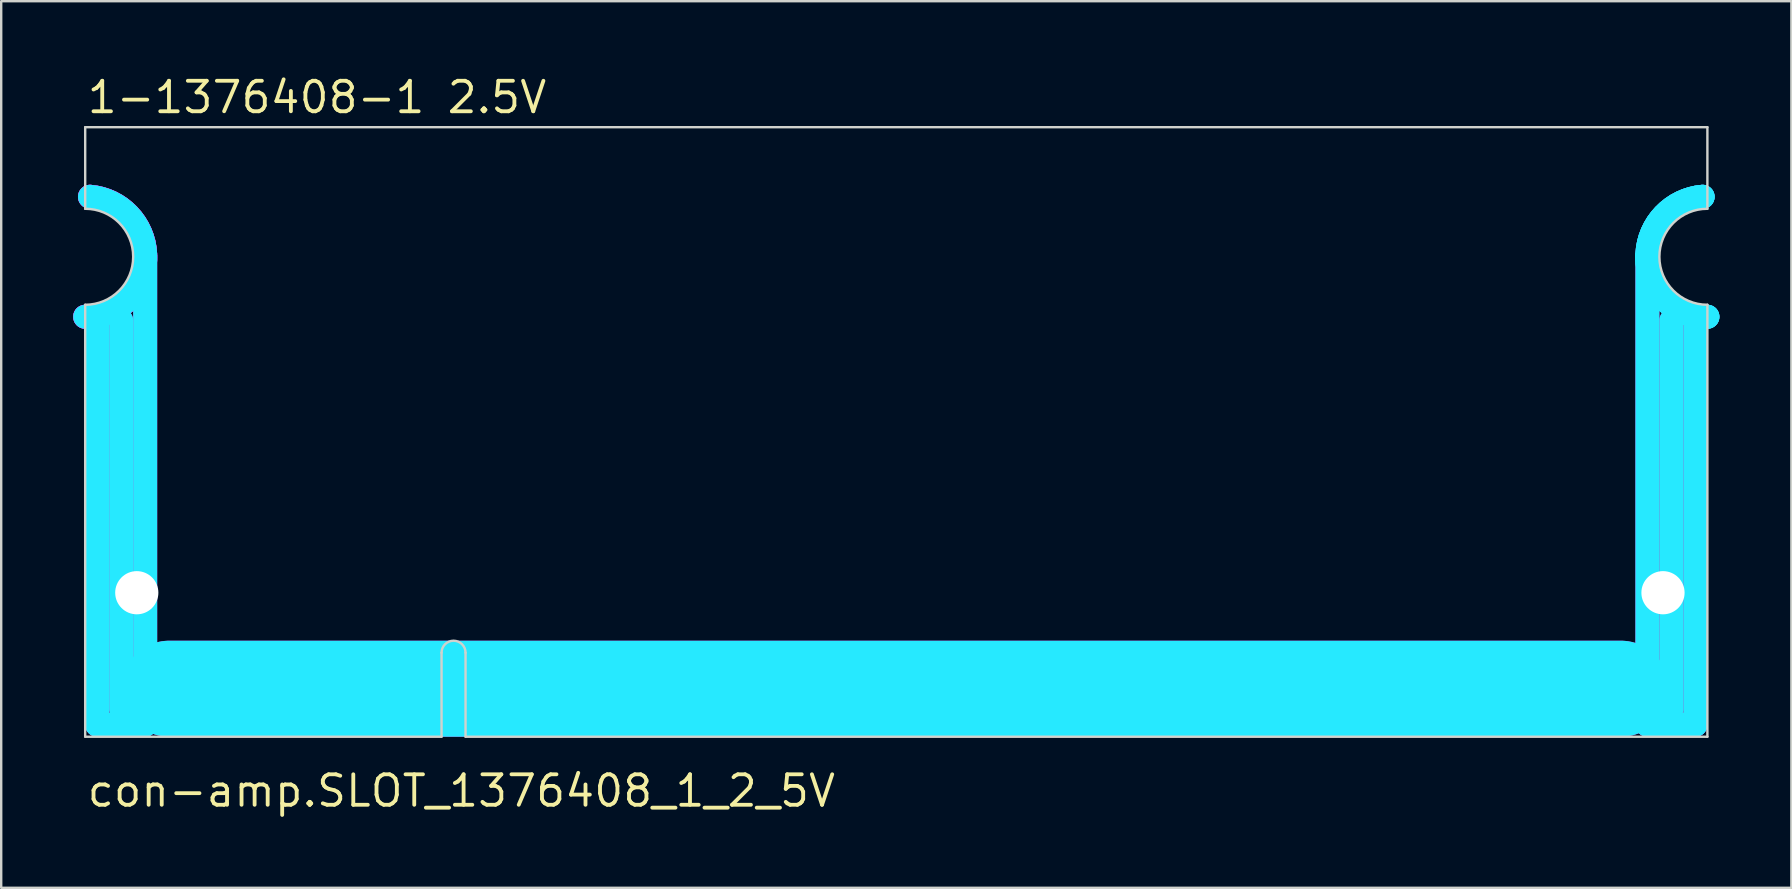
<source format=kicad_pcb>
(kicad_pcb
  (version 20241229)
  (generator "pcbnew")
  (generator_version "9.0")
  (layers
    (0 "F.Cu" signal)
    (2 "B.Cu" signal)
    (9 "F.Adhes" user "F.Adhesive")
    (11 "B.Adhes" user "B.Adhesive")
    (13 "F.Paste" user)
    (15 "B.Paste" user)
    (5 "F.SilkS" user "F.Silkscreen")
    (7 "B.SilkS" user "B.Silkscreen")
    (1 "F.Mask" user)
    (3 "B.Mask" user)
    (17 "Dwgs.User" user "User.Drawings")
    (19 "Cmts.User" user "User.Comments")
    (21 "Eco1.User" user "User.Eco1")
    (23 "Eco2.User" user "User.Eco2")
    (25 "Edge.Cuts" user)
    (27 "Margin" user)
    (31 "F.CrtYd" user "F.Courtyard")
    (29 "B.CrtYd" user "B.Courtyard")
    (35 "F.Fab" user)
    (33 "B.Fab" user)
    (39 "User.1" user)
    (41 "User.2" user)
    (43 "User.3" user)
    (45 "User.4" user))
  (footprint "con-amp.SLOT_1376408_1_2_5V"
    (layer "F.Cu")
    (at 0.5 27.65)
    (property "Reference" "con-amp.SLOT_1376408_1_2_5V" (at 0 3 0) (layer "F.SilkS") (effects (font (size 1.27 1.27) (thickness 0.16)) (justify left bottom)))
    (attr smd)
    (fp_line (start 1.5 1.25) (end 66.75 1.25) (stroke (width 0.4) (type default)) (layer "F.Mask"))
    (fp_line (start 2.15 -2.35) (end 2.15 1.15) (stroke (width 0.45) (type default)) (layer "F.Mask"))
    (fp_line (start 2.75 -2.35) (end 2.75 1.15) (stroke (width 0.45) (type default)) (layer "F.Mask"))
    (fp_line (start 3.35 -2.35) (end 3.35 1.15) (stroke (width 0.45) (type default)) (layer "F.Mask"))
    (fp_line (start 3.95 -2.35) (end 3.95 1.15) (stroke (width 0.45) (type default)) (layer "F.Mask"))
    (fp_line (start 4.55 -2.35) (end 4.55 1.15) (stroke (width 0.45) (type default)) (layer "F.Mask"))
    (fp_line (start 5.15 -2.35) (end 5.15 1.15) (stroke (width 0.45) (type default)) (layer "F.Mask"))
    (fp_line (start 5.75 -2.35) (end 5.75 1.15) (stroke (width 0.45) (type default)) (layer "F.Mask"))
    (fp_line (start 6.35 -2.35) (end 6.35 1.15) (stroke (width 0.45) (type default)) (layer "F.Mask"))
    (fp_line (start 6.95 -2.35) (end 6.95 1.15) (stroke (width 0.45) (type default)) (layer "F.Mask"))
    (fp_line (start 7.55 -2.35) (end 7.55 1.15) (stroke (width 0.45) (type default)) (layer "F.Mask"))
    (fp_line (start 8.15 -2.35) (end 8.15 1.15) (stroke (width 0.45) (type default)) (layer "F.Mask"))
    (fp_line (start 8.75 -2.35) (end 8.75 1.15) (stroke (width 0.45) (type default)) (layer "F.Mask"))
    (fp_line (start 9.35 -2.35) (end 9.35 1.15) (stroke (width 0.45) (type default)) (layer "F.Mask"))
    (fp_line (start 9.95 -2.35) (end 9.95 1.15) (stroke (width 0.45) (type default)) (layer "F.Mask"))
    (fp_line (start 10.55 -2.35) (end 10.55 1.15) (stroke (width 0.45) (type default)) (layer "F.Mask"))
    (fp_line (start 11.15 -2.35) (end 11.15 1.15) (stroke (width 0.45) (type default)) (layer "F.Mask"))
    (fp_line (start 11.75 -2.35) (end 11.75 1.15) (stroke (width 0.45) (type default)) (layer "F.Mask"))
    (fp_line (start 12.35 -2.35) (end 12.35 1.15) (stroke (width 0.45) (type default)) (layer "F.Mask"))
    (fp_line (start 12.95 -2.35) (end 12.95 1.15) (stroke (width 0.45) (type default)) (layer "F.Mask"))
    (fp_line (start 13.55 -2.35) (end 13.55 1.15) (stroke (width 0.45) (type default)) (layer "F.Mask"))
    (fp_line (start 17.75 -2.35) (end 17.75 1.15) (stroke (width 0.45) (type default)) (layer "F.Mask"))
    (fp_line (start 18.35 -2.35) (end 18.35 1.15) (stroke (width 0.45) (type default)) (layer "F.Mask"))
    (fp_line (start 18.95 -2.35) (end 18.95 1.15) (stroke (width 0.45) (type default)) (layer "F.Mask"))
    (fp_line (start 19.55 -2.35) (end 19.55 1.15) (stroke (width 0.45) (type default)) (layer "F.Mask"))
    (fp_line (start 20.15 -2.35) (end 20.15 1.15) (stroke (width 0.45) (type default)) (layer "F.Mask"))
    (fp_line (start 20.75 -2.35) (end 20.75 1.15) (stroke (width 0.45) (type default)) (layer "F.Mask"))
    (fp_line (start 21.35 -2.35) (end 21.35 1.15) (stroke (width 0.45) (type default)) (layer "F.Mask"))
    (fp_line (start 21.95 -2.35) (end 21.95 1.15) (stroke (width 0.45) (type default)) (layer "F.Mask"))
    (fp_line (start 22.55 -2.35) (end 22.55 1.15) (stroke (width 0.45) (type default)) (layer "F.Mask"))
    (fp_line (start 23.15 -2.35) (end 23.15 1.15) (stroke (width 0.45) (type default)) (layer "F.Mask"))
    (fp_line (start 23.75 -2.35) (end 23.75 1.15) (stroke (width 0.45) (type default)) (layer "F.Mask"))
    (fp_line (start 24.35 -2.35) (end 24.35 1.15) (stroke (width 0.45) (type default)) (layer "F.Mask"))
    (fp_line (start 24.95 -2.35) (end 24.95 1.15) (stroke (width 0.45) (type default)) (layer "F.Mask"))
    (fp_line (start 25.55 -2.35) (end 25.55 1.15) (stroke (width 0.45) (type default)) (layer "F.Mask"))
    (fp_line (start 26.15 -2.35) (end 26.15 1.15) (stroke (width 0.45) (type default)) (layer "F.Mask"))
    (fp_line (start 26.75 -2.35) (end 26.75 1.15) (stroke (width 0.45) (type default)) (layer "F.Mask"))
    (fp_line (start 27.35 -2.35) (end 27.35 1.15) (stroke (width 0.45) (type default)) (layer "F.Mask"))
    (fp_line (start 27.95 -2.35) (end 27.95 1.15) (stroke (width 0.45) (type default)) (layer "F.Mask"))
    (fp_line (start 28.55 -2.35) (end 28.55 1.15) (stroke (width 0.45) (type default)) (layer "F.Mask"))
    (fp_line (start 29.15 -2.35) (end 29.15 1.15) (stroke (width 0.45) (type default)) (layer "F.Mask"))
    (fp_line (start 29.75 -2.35) (end 29.75 1.15) (stroke (width 0.45) (type default)) (layer "F.Mask"))
    (fp_line (start 30.35 -2.35) (end 30.35 1.15) (stroke (width 0.45) (type default)) (layer "F.Mask"))
    (fp_line (start 30.95 -2.35) (end 30.95 1.15) (stroke (width 0.45) (type default)) (layer "F.Mask"))
    (fp_line (start 31.55 -2.35) (end 31.55 1.15) (stroke (width 0.45) (type default)) (layer "F.Mask"))
    (fp_line (start 32.15 -2.35) (end 32.15 1.15) (stroke (width 0.45) (type default)) (layer "F.Mask"))
    (fp_line (start 32.75 -2.35) (end 32.75 1.15) (stroke (width 0.45) (type default)) (layer "F.Mask"))
    (fp_line (start 33.35 -2.35) (end 33.35 1.15) (stroke (width 0.45) (type default)) (layer "F.Mask"))
    (fp_line (start 33.95 -2.35) (end 33.95 1.15) (stroke (width 0.45) (type default)) (layer "F.Mask"))
    (fp_line (start 34.55 -2.35) (end 34.55 1.15) (stroke (width 0.45) (type default)) (layer "F.Mask"))
    (fp_line (start 35.15 -2.35) (end 35.15 1.15) (stroke (width 0.45) (type default)) (layer "F.Mask"))
    (fp_line (start 35.75 -2.35) (end 35.75 1.15) (stroke (width 0.45) (type default)) (layer "F.Mask"))
    (fp_line (start 36.35 -2.35) (end 36.35 1.15) (stroke (width 0.45) (type default)) (layer "F.Mask"))
    (fp_line (start 36.95 -2.35) (end 36.95 1.15) (stroke (width 0.45) (type default)) (layer "F.Mask"))
    (fp_line (start 37.55 -2.35) (end 37.55 1.15) (stroke (width 0.45) (type default)) (layer "F.Mask"))
    (fp_line (start 38.15 -2.35) (end 38.15 1.15) (stroke (width 0.45) (type default)) (layer "F.Mask"))
    (fp_line (start 38.75 -2.35) (end 38.75 1.15) (stroke (width 0.45) (type default)) (layer "F.Mask"))
    (fp_line (start 39.35 -2.35) (end 39.35 1.15) (stroke (width 0.45) (type default)) (layer "F.Mask"))
    (fp_line (start 39.95 -2.35) (end 39.95 1.15) (stroke (width 0.45) (type default)) (layer "F.Mask"))
    (fp_line (start 40.55 -2.35) (end 40.55 1.15) (stroke (width 0.45) (type default)) (layer "F.Mask"))
    (fp_line (start 41.15 -2.35) (end 41.15 1.15) (stroke (width 0.45) (type default)) (layer "F.Mask"))
    (fp_line (start 41.75 -2.35) (end 41.75 1.15) (stroke (width 0.45) (type default)) (layer "F.Mask"))
    (fp_line (start 42.35 -2.35) (end 42.35 1.15) (stroke (width 0.45) (type default)) (layer "F.Mask"))
    (fp_line (start 42.95 -2.35) (end 42.95 1.15) (stroke (width 0.45) (type default)) (layer "F.Mask"))
    (fp_line (start 43.55 -2.35) (end 43.55 1.15) (stroke (width 0.45) (type default)) (layer "F.Mask"))
    (fp_line (start 44.15 -2.35) (end 44.15 1.15) (stroke (width 0.45) (type default)) (layer "F.Mask"))
    (fp_line (start 44.75 -2.35) (end 44.75 1.15) (stroke (width 0.45) (type default)) (layer "F.Mask"))
    (fp_line (start 45.35 -2.35) (end 45.35 1.15) (stroke (width 0.45) (type default)) (layer "F.Mask"))
    (fp_line (start 45.95 -2.35) (end 45.95 1.15) (stroke (width 0.45) (type default)) (layer "F.Mask"))
    (fp_line (start 46.55 -2.35) (end 46.55 1.15) (stroke (width 0.45) (type default)) (layer "F.Mask"))
    (fp_line (start 47.15 -2.35) (end 47.15 1.15) (stroke (width 0.45) (type default)) (layer "F.Mask"))
    (fp_line (start 47.75 -2.35) (end 47.75 1.15) (stroke (width 0.45) (type default)) (layer "F.Mask"))
    (fp_line (start 48.35 -2.35) (end 48.35 1.15) (stroke (width 0.45) (type default)) (layer "F.Mask"))
    (fp_line (start 48.95 -2.35) (end 48.95 1.15) (stroke (width 0.45) (type default)) (layer "F.Mask"))
    (fp_line (start 49.55 -2.35) (end 49.55 1.15) (stroke (width 0.45) (type default)) (layer "F.Mask"))
    (fp_line (start 50.15 -2.35) (end 50.15 1.15) (stroke (width 0.45) (type default)) (layer "F.Mask"))
    (fp_line (start 50.75 -2.35) (end 50.75 1.15) (stroke (width 0.45) (type default)) (layer "F.Mask"))
    (fp_line (start 51.35 -2.35) (end 51.35 1.15) (stroke (width 0.45) (type default)) (layer "F.Mask"))
    (fp_line (start 51.95 -2.35) (end 51.95 1.15) (stroke (width 0.45) (type default)) (layer "F.Mask"))
    (fp_line (start 52.55 -2.35) (end 52.55 1.15) (stroke (width 0.45) (type default)) (layer "F.Mask"))
    (fp_line (start 53.15 -2.35) (end 53.15 1.15) (stroke (width 0.45) (type default)) (layer "F.Mask"))
    (fp_line (start 53.75 -2.35) (end 53.75 1.15) (stroke (width 0.45) (type default)) (layer "F.Mask"))
    (fp_line (start 54.35 -2.35) (end 54.35 1.15) (stroke (width 0.45) (type default)) (layer "F.Mask"))
    (fp_line (start 54.95 -2.35) (end 54.95 1.15) (stroke (width 0.45) (type default)) (layer "F.Mask"))
    (fp_line (start 55.55 -2.35) (end 55.55 1.15) (stroke (width 0.45) (type default)) (layer "F.Mask"))
    (fp_line (start 56.15 -2.35) (end 56.15 1.15) (stroke (width 0.45) (type default)) (layer "F.Mask"))
    (fp_line (start 56.75 -2.35) (end 56.75 1.15) (stroke (width 0.45) (type default)) (layer "F.Mask"))
    (fp_line (start 57.35 -2.35) (end 57.35 1.15) (stroke (width 0.45) (type default)) (layer "F.Mask"))
    (fp_line (start 57.95 -2.35) (end 57.95 1.15) (stroke (width 0.45) (type default)) (layer "F.Mask"))
    (fp_line (start 58.55 -2.35) (end 58.55 1.15) (stroke (width 0.45) (type default)) (layer "F.Mask"))
    (fp_line (start 59.15 -2.35) (end 59.15 1.15) (stroke (width 0.45) (type default)) (layer "F.Mask"))
    (fp_line (start 59.75 -2.35) (end 59.75 1.15) (stroke (width 0.45) (type default)) (layer "F.Mask"))
    (fp_line (start 60.35 -2.35) (end 60.35 1.15) (stroke (width 0.45) (type default)) (layer "F.Mask"))
    (fp_line (start 60.95 -2.35) (end 60.95 1.15) (stroke (width 0.45) (type default)) (layer "F.Mask"))
    (fp_line (start 61.55 -2.35) (end 61.55 1.15) (stroke (width 0.45) (type default)) (layer "F.Mask"))
    (fp_line (start 62.15 -2.35) (end 62.15 1.15) (stroke (width 0.45) (type default)) (layer "F.Mask"))
    (fp_line (start 62.75 -2.35) (end 62.75 1.15) (stroke (width 0.45) (type default)) (layer "F.Mask"))
    (fp_line (start 63.35 -2.35) (end 63.35 1.15) (stroke (width 0.45) (type default)) (layer "F.Mask"))
    (fp_line (start 63.95 -2.35) (end 63.95 1.15) (stroke (width 0.45) (type default)) (layer "F.Mask"))
    (fp_line (start 64.55 -2.35) (end 64.55 1.15) (stroke (width 0.45) (type default)) (layer "F.Mask"))
    (fp_line (start 65.15 -2.35) (end 65.15 1.15) (stroke (width 0.45) (type default)) (layer "F.Mask"))
    (fp_line (start 2.15 1.15) (end 2.15 -2.35) (stroke (width 0.45) (type default)) (layer "B.Mask"))
    (fp_line (start 2.75 1.15) (end 2.75 -2.35) (stroke (width 0.45) (type default)) (layer "B.Mask"))
    (fp_line (start 3.35 1.15) (end 3.35 -2.35) (stroke (width 0.45) (type default)) (layer "B.Mask"))
    (fp_line (start 3.95 1.15) (end 3.95 -2.35) (stroke (width 0.45) (type default)) (layer "B.Mask"))
    (fp_line (start 4.55 1.15) (end 4.55 -2.35) (stroke (width 0.45) (type default)) (layer "B.Mask"))
    (fp_line (start 5.15 1.15) (end 5.15 -2.35) (stroke (width 0.45) (type default)) (layer "B.Mask"))
    (fp_line (start 5.75 1.15) (end 5.75 -2.35) (stroke (width 0.45) (type default)) (layer "B.Mask"))
    (fp_line (start 6.35 1.15) (end 6.35 -2.35) (stroke (width 0.45) (type default)) (layer "B.Mask"))
    (fp_line (start 6.95 1.15) (end 6.95 -2.35) (stroke (width 0.45) (type default)) (layer "B.Mask"))
    (fp_line (start 7.55 1.15) (end 7.55 -2.35) (stroke (width 0.45) (type default)) (layer "B.Mask"))
    (fp_line (start 8.15 1.15) (end 8.15 -2.35) (stroke (width 0.45) (type default)) (layer "B.Mask"))
    (fp_line (start 8.75 1.15) (end 8.75 -2.35) (stroke (width 0.45) (type default)) (layer "B.Mask"))
    (fp_line (start 9.35 1.15) (end 9.35 -2.35) (stroke (width 0.45) (type default)) (layer "B.Mask"))
    (fp_line (start 9.95 1.15) (end 9.95 -2.35) (stroke (width 0.45) (type default)) (layer "B.Mask"))
    (fp_line (start 10.55 1.15) (end 10.55 -2.35) (stroke (width 0.45) (type default)) (layer "B.Mask"))
    (fp_line (start 11.15 1.15) (end 11.15 -2.35) (stroke (width 0.45) (type default)) (layer "B.Mask"))
    (fp_line (start 11.75 1.15) (end 11.75 -2.35) (stroke (width 0.45) (type default)) (layer "B.Mask"))
    (fp_line (start 12.35 1.15) (end 12.35 -2.35) (stroke (width 0.45) (type default)) (layer "B.Mask"))
    (fp_line (start 12.95 1.15) (end 12.95 -2.35) (stroke (width 0.45) (type default)) (layer "B.Mask"))
    (fp_line (start 13.55 1.15) (end 13.55 -2.35) (stroke (width 0.45) (type default)) (layer "B.Mask"))
    (fp_line (start 17.75 1.15) (end 17.75 -2.35) (stroke (width 0.45) (type default)) (layer "B.Mask"))
    (fp_line (start 18.35 1.15) (end 18.35 -2.35) (stroke (width 0.45) (type default)) (layer "B.Mask"))
    (fp_line (start 18.95 1.15) (end 18.95 -2.35) (stroke (width 0.45) (type default)) (layer "B.Mask"))
    (fp_line (start 19.55 1.15) (end 19.55 -2.35) (stroke (width 0.45) (type default)) (layer "B.Mask"))
    (fp_line (start 20.15 1.15) (end 20.15 -2.35) (stroke (width 0.45) (type default)) (layer "B.Mask"))
    (fp_line (start 20.75 1.15) (end 20.75 -2.35) (stroke (width 0.45) (type default)) (layer "B.Mask"))
    (fp_line (start 21.35 1.15) (end 21.35 -2.35) (stroke (width 0.45) (type default)) (layer "B.Mask"))
    (fp_line (start 21.95 1.15) (end 21.95 -2.35) (stroke (width 0.45) (type default)) (layer "B.Mask"))
    (fp_line (start 22.55 1.15) (end 22.55 -2.35) (stroke (width 0.45) (type default)) (layer "B.Mask"))
    (fp_line (start 23.15 1.15) (end 23.15 -2.35) (stroke (width 0.45) (type default)) (layer "B.Mask"))
    (fp_line (start 23.75 1.15) (end 23.75 -2.35) (stroke (width 0.45) (type default)) (layer "B.Mask"))
    (fp_line (start 24.35 1.15) (end 24.35 -2.35) (stroke (width 0.45) (type default)) (layer "B.Mask"))
    (fp_line (start 24.95 1.15) (end 24.95 -2.35) (stroke (width 0.45) (type default)) (layer "B.Mask"))
    (fp_line (start 25.55 1.15) (end 25.55 -2.35) (stroke (width 0.45) (type default)) (layer "B.Mask"))
    (fp_line (start 26.15 1.15) (end 26.15 -2.35) (stroke (width 0.45) (type default)) (layer "B.Mask"))
    (fp_line (start 26.75 1.15) (end 26.75 -2.35) (stroke (width 0.45) (type default)) (layer "B.Mask"))
    (fp_line (start 27.35 1.15) (end 27.35 -2.35) (stroke (width 0.45) (type default)) (layer "B.Mask"))
    (fp_line (start 27.95 1.15) (end 27.95 -2.35) (stroke (width 0.45) (type default)) (layer "B.Mask"))
    (fp_line (start 28.55 1.15) (end 28.55 -2.35) (stroke (width 0.45) (type default)) (layer "B.Mask"))
    (fp_line (start 29.15 1.15) (end 29.15 -2.35) (stroke (width 0.45) (type default)) (layer "B.Mask"))
    (fp_line (start 29.75 1.15) (end 29.75 -2.35) (stroke (width 0.45) (type default)) (layer "B.Mask"))
    (fp_line (start 30.35 1.15) (end 30.35 -2.35) (stroke (width 0.45) (type default)) (layer "B.Mask"))
    (fp_line (start 30.95 1.15) (end 30.95 -2.35) (stroke (width 0.45) (type default)) (layer "B.Mask"))
    (fp_line (start 31.55 1.15) (end 31.55 -2.35) (stroke (width 0.45) (type default)) (layer "B.Mask"))
    (fp_line (start 32.15 1.15) (end 32.15 -2.35) (stroke (width 0.45) (type default)) (layer "B.Mask"))
    (fp_line (start 32.75 1.15) (end 32.75 -2.35) (stroke (width 0.45) (type default)) (layer "B.Mask"))
    (fp_line (start 33.35 1.15) (end 33.35 -2.35) (stroke (width 0.45) (type default)) (layer "B.Mask"))
    (fp_line (start 33.95 1.15) (end 33.95 -2.35) (stroke (width 0.45) (type default)) (layer "B.Mask"))
    (fp_line (start 34.55 1.15) (end 34.55 -2.35) (stroke (width 0.45) (type default)) (layer "B.Mask"))
    (fp_line (start 35.15 1.15) (end 35.15 -2.35) (stroke (width 0.45) (type default)) (layer "B.Mask"))
    (fp_line (start 35.75 1.15) (end 35.75 -2.35) (stroke (width 0.45) (type default)) (layer "B.Mask"))
    (fp_line (start 36.35 1.15) (end 36.35 -2.35) (stroke (width 0.45) (type default)) (layer "B.Mask"))
    (fp_line (start 36.95 1.15) (end 36.95 -2.35) (stroke (width 0.45) (type default)) (layer "B.Mask"))
    (fp_line (start 37.55 1.15) (end 37.55 -2.35) (stroke (width 0.45) (type default)) (layer "B.Mask"))
    (fp_line (start 38.15 1.15) (end 38.15 -2.35) (stroke (width 0.45) (type default)) (layer "B.Mask"))
    (fp_line (start 38.75 1.15) (end 38.75 -2.35) (stroke (width 0.45) (type default)) (layer "B.Mask"))
    (fp_line (start 39.35 1.15) (end 39.35 -2.35) (stroke (width 0.45) (type default)) (layer "B.Mask"))
    (fp_line (start 39.95 1.15) (end 39.95 -2.35) (stroke (width 0.45) (type default)) (layer "B.Mask"))
    (fp_line (start 40.55 1.15) (end 40.55 -2.35) (stroke (width 0.45) (type default)) (layer "B.Mask"))
    (fp_line (start 41.15 1.15) (end 41.15 -2.35) (stroke (width 0.45) (type default)) (layer "B.Mask"))
    (fp_line (start 41.75 1.15) (end 41.75 -2.35) (stroke (width 0.45) (type default)) (layer "B.Mask"))
    (fp_line (start 42.35 1.15) (end 42.35 -2.35) (stroke (width 0.45) (type default)) (layer "B.Mask"))
    (fp_line (start 42.95 1.15) (end 42.95 -2.35) (stroke (width 0.45) (type default)) (layer "B.Mask"))
    (fp_line (start 43.55 1.15) (end 43.55 -2.35) (stroke (width 0.45) (type default)) (layer "B.Mask"))
    (fp_line (start 44.15 1.15) (end 44.15 -2.35) (stroke (width 0.45) (type default)) (layer "B.Mask"))
    (fp_line (start 44.75 1.15) (end 44.75 -2.35) (stroke (width 0.45) (type default)) (layer "B.Mask"))
    (fp_line (start 45.35 1.15) (end 45.35 -2.35) (stroke (width 0.45) (type default)) (layer "B.Mask"))
    (fp_line (start 45.95 1.15) (end 45.95 -2.35) (stroke (width 0.45) (type default)) (layer "B.Mask"))
    (fp_line (start 46.55 1.15) (end 46.55 -2.35) (stroke (width 0.45) (type default)) (layer "B.Mask"))
    (fp_line (start 47.15 1.15) (end 47.15 -2.35) (stroke (width 0.45) (type default)) (layer "B.Mask"))
    (fp_line (start 47.75 1.15) (end 47.75 -2.35) (stroke (width 0.45) (type default)) (layer "B.Mask"))
    (fp_line (start 48.35 1.15) (end 48.35 -2.35) (stroke (width 0.45) (type default)) (layer "B.Mask"))
    (fp_line (start 48.95 1.15) (end 48.95 -2.35) (stroke (width 0.45) (type default)) (layer "B.Mask"))
    (fp_line (start 49.55 1.15) (end 49.55 -2.35) (stroke (width 0.45) (type default)) (layer "B.Mask"))
    (fp_line (start 50.15 1.15) (end 50.15 -2.35) (stroke (width 0.45) (type default)) (layer "B.Mask"))
    (fp_line (start 50.75 1.15) (end 50.75 -2.35) (stroke (width 0.45) (type default)) (layer "B.Mask"))
    (fp_line (start 51.35 1.15) (end 51.35 -2.35) (stroke (width 0.45) (type default)) (layer "B.Mask"))
    (fp_line (start 51.95 1.15) (end 51.95 -2.35) (stroke (width 0.45) (type default)) (layer "B.Mask"))
    (fp_line (start 52.55 1.15) (end 52.55 -2.35) (stroke (width 0.45) (type default)) (layer "B.Mask"))
    (fp_line (start 53.15 1.15) (end 53.15 -2.35) (stroke (width 0.45) (type default)) (layer "B.Mask"))
    (fp_line (start 53.75 1.15) (end 53.75 -2.35) (stroke (width 0.45) (type default)) (layer "B.Mask"))
    (fp_line (start 54.35 1.15) (end 54.35 -2.35) (stroke (width 0.45) (type default)) (layer "B.Mask"))
    (fp_line (start 54.95 1.15) (end 54.95 -2.35) (stroke (width 0.45) (type default)) (layer "B.Mask"))
    (fp_line (start 55.55 1.15) (end 55.55 -2.35) (stroke (width 0.45) (type default)) (layer "B.Mask"))
    (fp_line (start 56.15 1.15) (end 56.15 -2.35) (stroke (width 0.45) (type default)) (layer "B.Mask"))
    (fp_line (start 56.75 1.15) (end 56.75 -2.35) (stroke (width 0.45) (type default)) (layer "B.Mask"))
    (fp_line (start 57.35 1.15) (end 57.35 -2.35) (stroke (width 0.45) (type default)) (layer "B.Mask"))
    (fp_line (start 57.95 1.15) (end 57.95 -2.35) (stroke (width 0.45) (type default)) (layer "B.Mask"))
    (fp_line (start 58.55 1.15) (end 58.55 -2.35) (stroke (width 0.45) (type default)) (layer "B.Mask"))
    (fp_line (start 59.15 1.15) (end 59.15 -2.35) (stroke (width 0.45) (type default)) (layer "B.Mask"))
    (fp_line (start 59.75 1.15) (end 59.75 -2.35) (stroke (width 0.45) (type default)) (layer "B.Mask"))
    (fp_line (start 60.35 1.15) (end 60.35 -2.35) (stroke (width 0.45) (type default)) (layer "B.Mask"))
    (fp_line (start 60.95 1.15) (end 60.95 -2.35) (stroke (width 0.45) (type default)) (layer "B.Mask"))
    (fp_line (start 61.55 1.15) (end 61.55 -2.35) (stroke (width 0.45) (type default)) (layer "B.Mask"))
    (fp_line (start 62.15 1.15) (end 62.15 -2.35) (stroke (width 0.45) (type default)) (layer "B.Mask"))
    (fp_line (start 62.75 1.15) (end 62.75 -2.35) (stroke (width 0.45) (type default)) (layer "B.Mask"))
    (fp_line (start 63.35 1.15) (end 63.35 -2.35) (stroke (width 0.45) (type default)) (layer "B.Mask"))
    (fp_line (start 63.95 1.15) (end 63.95 -2.35) (stroke (width 0.45) (type default)) (layer "B.Mask"))
    (fp_line (start 64.55 1.15) (end 64.55 -2.35) (stroke (width 0.45) (type default)) (layer "B.Mask"))
    (fp_line (start 65.15 1.15) (end 65.15 -2.35) (stroke (width 0.45) (type default)) (layer "B.Mask"))
    (fp_line (start 66.75 1.25) (end 1.5 1.25) (stroke (width 0.4) (type default)) (layer "B.Mask"))
    (fp_line (start 0 -25.4) (end 0 -22) (stroke (width 0.1) (type default)) (layer "Edge.Cuts"))
    (fp_line (start 0 -25.4) (end 67.6 -25.4) (stroke (width 0.1) (type default)) (layer "Edge.Cuts"))
    (fp_line (start 0 -18) (end 0 0) (stroke (width 0.1) (type default)) (layer "Edge.Cuts"))
    (fp_line (start 14.85 0) (end 0 0) (stroke (width 0.1) (type default)) (layer "Edge.Cuts"))
    (fp_line (start 14.85 0) (end 14.85 -3.5) (stroke (width 0.1) (type default)) (layer "Edge.Cuts"))
    (fp_line (start 15.85 0) (end 15.85 -3.5) (stroke (width 0.1) (type default)) (layer "Edge.Cuts"))
    (fp_line (start 15.85 0) (end 67.6 0) (stroke (width 0.1) (type default)) (layer "Edge.Cuts"))
    (fp_line (start 67.6 -22) (end 67.6 -25.4) (stroke (width 0.1) (type default)) (layer "Edge.Cuts"))
    (fp_line (start 67.6 0) (end 67.6 -18) (stroke (width 0.1) (type default)) (layer "Edge.Cuts"))
    (fp_arc (start 0 -22) (mid 2 -20) (end 0 -18) (stroke (width 0.1) (type default)) (layer "Edge.Cuts"))
    (fp_arc (start 14.85 -3.5) (mid 15.35 -4) (end 15.85 -3.5) (stroke (width 0.1) (type default)) (layer "Edge.Cuts"))
    (fp_arc (start 67.6 -18) (mid 65.6 -20) (end 67.6 -22) (stroke (width 0.1) (type default)) (layer "Edge.Cuts"))
    (fp_line (start 0.5 -0.5) (end 0.5 -17.55) (stroke (width 1) (type default)) (layer "B.CrtYd"))
    (fp_line (start 1.5 -17.35) (end 1.5 -1.15) (stroke (width 1) (type default)) (layer "B.CrtYd"))
    (fp_line (start 2.5 -20) (end 2.5 -0.5) (stroke (width 1) (type default)) (layer "B.CrtYd"))
    (fp_line (start 2.5 -0.5) (end 0.5 -0.5) (stroke (width 1) (type default)) (layer "B.CrtYd"))
    (fp_line (start 64 -2) (end 3.5 -2) (stroke (width 4) (type default)) (layer "B.CrtYd"))
    (fp_line (start 65.1 -20) (end 65.1 -0.5) (stroke (width 1) (type default)) (layer "B.CrtYd"))
    (fp_line (start 65.1 -0.5) (end 67.1 -0.5) (stroke (width 1) (type default)) (layer "B.CrtYd"))
    (fp_line (start 66.1 -17.35) (end 66.1 -1.15) (stroke (width 1) (type default)) (layer "B.CrtYd"))
    (fp_line (start 67.1 -0.5) (end 67.1 -17.55) (stroke (width 1) (type default)) (layer "B.CrtYd"))
    (fp_arc (start 0.2 -22.5) (mid 1.802154 -21.733314) (end 2.5 -20.1) (stroke (width 1) (type default)) (layer "B.CrtYd"))
    (fp_arc (start 2.5 -20) (mid 1.7795 -18.2205) (end 0 -17.5) (stroke (width 1) (type default)) (layer "B.CrtYd"))
    (fp_arc (start 65.1 -20.1) (mid 65.797846 -21.733314) (end 67.4 -22.5) (stroke (width 1) (type default)) (layer "B.CrtYd"))
    (fp_arc (start 65.1 -20.1) (mid 65.797846 -21.733314) (end 67.4 -22.5) (stroke (width 1) (type default)) (layer "B.CrtYd"))
    (fp_arc (start 65.1 -20.1) (mid 65.797846 -21.733314) (end 67.4 -22.5) (stroke (width 1) (type default)) (layer "B.CrtYd"))
    (fp_arc (start 67.6 -17.5) (mid 65.8205 -18.2205) (end 65.1 -20) (stroke (width 1) (type default)) (layer "B.CrtYd"))
    (fp_arc (start 67.6 -17.5) (mid 65.8205 -18.2205) (end 65.1 -20) (stroke (width 1) (type default)) (layer "B.CrtYd"))
    (fp_arc (start 67.6 -17.5) (mid 65.8205 -18.2205) (end 65.1 -20) (stroke (width 1) (type default)) (layer "B.CrtYd"))
    (fp_line (start 0.5 -0.5) (end 0.5 -17.55) (stroke (width 1) (type default)) (layer "F.CrtYd"))
    (fp_line (start 1.5 -17.35) (end 1.5 -1.15) (stroke (width 1) (type default)) (layer "F.CrtYd"))
    (fp_line (start 2.5 -20) (end 2.5 -0.5) (stroke (width 1) (type default)) (layer "F.CrtYd"))
    (fp_line (start 2.5 -0.5) (end 0.5 -0.5) (stroke (width 1) (type default)) (layer "F.CrtYd"))
    (fp_line (start 3.5 -2) (end 64 -2) (stroke (width 4) (type default)) (layer "F.CrtYd"))
    (fp_line (start 65.1 -20) (end 65.1 -0.5) (stroke (width 1) (type default)) (layer "F.CrtYd"))
    (fp_line (start 65.1 -0.5) (end 67.1 -0.5) (stroke (width 1) (type default)) (layer "F.CrtYd"))
    (fp_line (start 66.1 -17.35) (end 66.1 -1.15) (stroke (width 1) (type default)) (layer "F.CrtYd"))
    (fp_line (start 67.1 -0.5) (end 67.1 -17.55) (stroke (width 1) (type default)) (layer "F.CrtYd"))
    (fp_arc (start 0.2 -22.5) (mid 1.802154 -21.733314) (end 2.5 -20.1) (stroke (width 1) (type default)) (layer "F.CrtYd"))
    (fp_arc (start 0.2 -22.5) (mid 1.802154 -21.733314) (end 2.5 -20.1) (stroke (width 1) (type default)) (layer "F.CrtYd"))
    (fp_arc (start 0.2 -22.5) (mid 1.802154 -21.733314) (end 2.5 -20.1) (stroke (width 1) (type default)) (layer "F.CrtYd"))
    (fp_arc (start 2.5 -20) (mid 1.7795 -18.2205) (end 0 -17.5) (stroke (width 1) (type default)) (layer "F.CrtYd"))
    (fp_arc (start 2.5 -20) (mid 1.7795 -18.2205) (end 0 -17.5) (stroke (width 1) (type default)) (layer "F.CrtYd"))
    (fp_arc (start 2.5 -20) (mid 1.7795 -18.2205) (end 0 -17.5) (stroke (width 1) (type default)) (layer "F.CrtYd"))
    (fp_arc (start 65.1 -20.1) (mid 65.797846 -21.733314) (end 67.4 -22.5) (stroke (width 1) (type default)) (layer "F.CrtYd"))
    (fp_arc (start 67.6 -17.5) (mid 65.8205 -18.2205) (end 65.1 -20) (stroke (width 1) (type default)) (layer "F.CrtYd"))
    (fp_text user "1-1376408-1 2.5V" (at 0 -25.9 0) (layer "F.SilkS") (effects (font (size 1.27 1.27) (thickness 0.16)) (justify left bottom)))
    (pad "" np_thru_hole circle (at 2.15 -6) (size 1.8 1.8) (drill 1.8) (layers "*.Cu" "*.Mask"))
    (pad "" np_thru_hole circle (at 65.75 -6) (size 1.8 1.8) (drill 1.8) (layers "*.Cu" "*.Mask"))
    (pad "1" smd roundrect (at 2.15 -1.4) (size 0.45 2.3) (layers "F.Cu" "F.Mask" "F.Paste") (roundrect_rratio 0.01))
    (pad "2" smd roundrect (at 2.15 -1.4 180) (size 0.45 2.3) (layers "B.Cu" "B.Mask" "B.Paste") (roundrect_rratio 0.01))
    (pad "3" smd roundrect (at 2.75 -1.4) (size 0.45 2.3) (layers "F.Cu" "F.Mask" "F.Paste") (roundrect_rratio 0.01))
    (pad "4" smd roundrect (at 2.75 -1.4 180) (size 0.45 2.3) (layers "B.Cu" "B.Mask" "B.Paste") (roundrect_rratio 0.01))
    (pad "5" smd roundrect (at 3.35 -1.4) (size 0.45 2.3) (layers "F.Cu" "F.Mask" "F.Paste") (roundrect_rratio 0.01))
    (pad "6" smd roundrect (at 3.35 -1.4 180) (size 0.45 2.3) (layers "B.Cu" "B.Mask" "B.Paste") (roundrect_rratio 0.01))
    (pad "7" smd roundrect (at 3.95 -1.4) (size 0.45 2.3) (layers "F.Cu" "F.Mask" "F.Paste") (roundrect_rratio 0.01))
    (pad "8" smd roundrect (at 3.95 -1.4 180) (size 0.45 2.3) (layers "B.Cu" "B.Mask" "B.Paste") (roundrect_rratio 0.01))
    (pad "9" smd roundrect (at 4.55 -1.4) (size 0.45 2.3) (layers "F.Cu" "F.Mask" "F.Paste") (roundrect_rratio 0.01))
    (pad "10" smd roundrect (at 4.55 -1.4 180) (size 0.45 2.3) (layers "B.Cu" "B.Mask" "B.Paste") (roundrect_rratio 0.01))
    (pad "11" smd roundrect (at 5.15 -1.4) (size 0.45 2.3) (layers "F.Cu" "F.Mask" "F.Paste") (roundrect_rratio 0.01))
    (pad "12" smd roundrect (at 5.15 -1.4 180) (size 0.45 2.3) (layers "B.Cu" "B.Mask" "B.Paste") (roundrect_rratio 0.01))
    (pad "13" smd roundrect (at 5.75 -1.4) (size 0.45 2.3) (layers "F.Cu" "F.Mask" "F.Paste") (roundrect_rratio 0.01))
    (pad "14" smd roundrect (at 5.75 -1.4 180) (size 0.45 2.3) (layers "B.Cu" "B.Mask" "B.Paste") (roundrect_rratio 0.01))
    (pad "15" smd roundrect (at 6.35 -1.4) (size 0.45 2.3) (layers "F.Cu" "F.Mask" "F.Paste") (roundrect_rratio 0.01))
    (pad "16" smd roundrect (at 6.35 -1.4 180) (size 0.45 2.3) (layers "B.Cu" "B.Mask" "B.Paste") (roundrect_rratio 0.01))
    (pad "17" smd roundrect (at 6.95 -1.4) (size 0.45 2.3) (layers "F.Cu" "F.Mask" "F.Paste") (roundrect_rratio 0.01))
    (pad "18" smd roundrect (at 6.95 -1.4 180) (size 0.45 2.3) (layers "B.Cu" "B.Mask" "B.Paste") (roundrect_rratio 0.01))
    (pad "19" smd roundrect (at 7.55 -1.4) (size 0.45 2.3) (layers "F.Cu" "F.Mask" "F.Paste") (roundrect_rratio 0.01))
    (pad "20" smd roundrect (at 7.55 -1.4 180) (size 0.45 2.3) (layers "B.Cu" "B.Mask" "B.Paste") (roundrect_rratio 0.01))
    (pad "21" smd roundrect (at 8.15 -1.4) (size 0.45 2.3) (layers "F.Cu" "F.Mask" "F.Paste") (roundrect_rratio 0.01))
    (pad "22" smd roundrect (at 8.15 -1.4 180) (size 0.45 2.3) (layers "B.Cu" "B.Mask" "B.Paste") (roundrect_rratio 0.01))
    (pad "23" smd roundrect (at 8.75 -1.4) (size 0.45 2.3) (layers "F.Cu" "F.Mask" "F.Paste") (roundrect_rratio 0.01))
    (pad "24" smd roundrect (at 8.75 -1.4 180) (size 0.45 2.3) (layers "B.Cu" "B.Mask" "B.Paste") (roundrect_rratio 0.01))
    (pad "25" smd roundrect (at 9.35 -1.4) (size 0.45 2.3) (layers "F.Cu" "F.Mask" "F.Paste") (roundrect_rratio 0.01))
    (pad "26" smd roundrect (at 9.35 -1.4 180) (size 0.45 2.3) (layers "B.Cu" "B.Mask" "B.Paste") (roundrect_rratio 0.01))
    (pad "27" smd roundrect (at 9.95 -1.4) (size 0.45 2.3) (layers "F.Cu" "F.Mask" "F.Paste") (roundrect_rratio 0.01))
    (pad "28" smd roundrect (at 9.95 -1.4 180) (size 0.45 2.3) (layers "B.Cu" "B.Mask" "B.Paste") (roundrect_rratio 0.01))
    (pad "29" smd roundrect (at 10.55 -1.4) (size 0.45 2.3) (layers "F.Cu" "F.Mask" "F.Paste") (roundrect_rratio 0.01))
    (pad "30" smd roundrect (at 10.55 -1.4 180) (size 0.45 2.3) (layers "B.Cu" "B.Mask" "B.Paste") (roundrect_rratio 0.01))
    (pad "31" smd roundrect (at 11.15 -1.4) (size 0.45 2.3) (layers "F.Cu" "F.Mask" "F.Paste") (roundrect_rratio 0.01))
    (pad "32" smd roundrect (at 11.15 -1.4 180) (size 0.45 2.3) (layers "B.Cu" "B.Mask" "B.Paste") (roundrect_rratio 0.01))
    (pad "33" smd roundrect (at 11.75 -1.4) (size 0.45 2.3) (layers "F.Cu" "F.Mask" "F.Paste") (roundrect_rratio 0.01))
    (pad "34" smd roundrect (at 11.75 -1.4 180) (size 0.45 2.3) (layers "B.Cu" "B.Mask" "B.Paste") (roundrect_rratio 0.01))
    (pad "35" smd roundrect (at 12.35 -1.4) (size 0.45 2.3) (layers "F.Cu" "F.Mask" "F.Paste") (roundrect_rratio 0.01))
    (pad "36" smd roundrect (at 12.35 -1.4 180) (size 0.45 2.3) (layers "B.Cu" "B.Mask" "B.Paste") (roundrect_rratio 0.01))
    (pad "37" smd roundrect (at 12.95 -1.4) (size 0.45 2.3) (layers "F.Cu" "F.Mask" "F.Paste") (roundrect_rratio 0.01))
    (pad "38" smd roundrect (at 12.95 -1.4 180) (size 0.45 2.3) (layers "B.Cu" "B.Mask" "B.Paste") (roundrect_rratio 0.01))
    (pad "39" smd roundrect (at 13.55 -1.4) (size 0.45 2.3) (layers "F.Cu" "F.Mask" "F.Paste") (roundrect_rratio 0.01))
    (pad "40" smd roundrect (at 13.55 -1.4 180) (size 0.45 2.3) (layers "B.Cu" "B.Mask" "B.Paste") (roundrect_rratio 0.01))
    (pad "41" smd roundrect (at 17.75 -1.4) (size 0.45 2.3) (layers "F.Cu" "F.Mask" "F.Paste") (roundrect_rratio 0.01))
    (pad "42" smd roundrect (at 17.75 -1.4 180) (size 0.45 2.3) (layers "B.Cu" "B.Mask" "B.Paste") (roundrect_rratio 0.01))
    (pad "43" smd roundrect (at 18.35 -1.4) (size 0.45 2.3) (layers "F.Cu" "F.Mask" "F.Paste") (roundrect_rratio 0.01))
    (pad "44" smd roundrect (at 18.35 -1.4 180) (size 0.45 2.3) (layers "B.Cu" "B.Mask" "B.Paste") (roundrect_rratio 0.01))
    (pad "45" smd roundrect (at 18.95 -1.4) (size 0.45 2.3) (layers "F.Cu" "F.Mask" "F.Paste") (roundrect_rratio 0.01))
    (pad "46" smd roundrect (at 18.95 -1.4 180) (size 0.45 2.3) (layers "B.Cu" "B.Mask" "B.Paste") (roundrect_rratio 0.01))
    (pad "47" smd roundrect (at 19.55 -1.4) (size 0.45 2.3) (layers "F.Cu" "F.Mask" "F.Paste") (roundrect_rratio 0.01))
    (pad "48" smd roundrect (at 19.55 -1.4 180) (size 0.45 2.3) (layers "B.Cu" "B.Mask" "B.Paste") (roundrect_rratio 0.01))
    (pad "49" smd roundrect (at 20.15 -1.4) (size 0.45 2.3) (layers "F.Cu" "F.Mask" "F.Paste") (roundrect_rratio 0.01))
    (pad "50" smd roundrect (at 20.15 -1.4 180) (size 0.45 2.3) (layers "B.Cu" "B.Mask" "B.Paste") (roundrect_rratio 0.01))
    (pad "51" smd roundrect (at 20.75 -1.4) (size 0.45 2.3) (layers "F.Cu" "F.Mask" "F.Paste") (roundrect_rratio 0.01))
    (pad "52" smd roundrect (at 20.75 -1.4 180) (size 0.45 2.3) (layers "B.Cu" "B.Mask" "B.Paste") (roundrect_rratio 0.01))
    (pad "53" smd roundrect (at 21.35 -1.4) (size 0.45 2.3) (layers "F.Cu" "F.Mask" "F.Paste") (roundrect_rratio 0.01))
    (pad "54" smd roundrect (at 21.35 -1.4 180) (size 0.45 2.3) (layers "B.Cu" "B.Mask" "B.Paste") (roundrect_rratio 0.01))
    (pad "55" smd roundrect (at 21.95 -1.4) (size 0.45 2.3) (layers "F.Cu" "F.Mask" "F.Paste") (roundrect_rratio 0.01))
    (pad "56" smd roundrect (at 21.95 -1.4 180) (size 0.45 2.3) (layers "B.Cu" "B.Mask" "B.Paste") (roundrect_rratio 0.01))
    (pad "57" smd roundrect (at 22.55 -1.4) (size 0.45 2.3) (layers "F.Cu" "F.Mask" "F.Paste") (roundrect_rratio 0.01))
    (pad "58" smd roundrect (at 22.55 -1.4 180) (size 0.45 2.3) (layers "B.Cu" "B.Mask" "B.Paste") (roundrect_rratio 0.01))
    (pad "59" smd roundrect (at 23.15 -1.4) (size 0.45 2.3) (layers "F.Cu" "F.Mask" "F.Paste") (roundrect_rratio 0.01))
    (pad "60" smd roundrect (at 23.15 -1.4 180) (size 0.45 2.3) (layers "B.Cu" "B.Mask" "B.Paste") (roundrect_rratio 0.01))
    (pad "61" smd roundrect (at 23.75 -1.4) (size 0.45 2.3) (layers "F.Cu" "F.Mask" "F.Paste") (roundrect_rratio 0.01))
    (pad "62" smd roundrect (at 23.75 -1.4) (size 0.45 2.3) (layers "B.Cu" "B.Mask" "B.Paste") (roundrect_rratio 0.01))
    (pad "63" smd roundrect (at 24.35 -1.4) (size 0.45 2.3) (layers "F.Cu" "F.Mask" "F.Paste") (roundrect_rratio 0.01))
    (pad "64" smd roundrect (at 24.35 -1.4 180) (size 0.45 2.3) (layers "B.Cu" "B.Mask" "B.Paste") (roundrect_rratio 0.01))
    (pad "65" smd roundrect (at 24.95 -1.4) (size 0.45 2.3) (layers "F.Cu" "F.Mask" "F.Paste") (roundrect_rratio 0.01))
    (pad "66" smd roundrect (at 24.95 -1.4 180) (size 0.45 2.3) (layers "B.Cu" "B.Mask" "B.Paste") (roundrect_rratio 0.01))
    (pad "67" smd roundrect (at 25.55 -1.4) (size 0.45 2.3) (layers "F.Cu" "F.Mask" "F.Paste") (roundrect_rratio 0.01))
    (pad "68" smd roundrect (at 25.55 -1.4 180) (size 0.45 2.3) (layers "B.Cu" "B.Mask" "B.Paste") (roundrect_rratio 0.01))
    (pad "69" smd roundrect (at 26.15 -1.4) (size 0.45 2.3) (layers "F.Cu" "F.Mask" "F.Paste") (roundrect_rratio 0.01))
    (pad "70" smd roundrect (at 26.15 -1.4 180) (size 0.45 2.3) (layers "B.Cu" "B.Mask" "B.Paste") (roundrect_rratio 0.01))
    (pad "71" smd roundrect (at 26.75 -1.4) (size 0.45 2.3) (layers "F.Cu" "F.Mask" "F.Paste") (roundrect_rratio 0.01))
    (pad "72" smd roundrect (at 26.75 -1.4 180) (size 0.45 2.3) (layers "B.Cu" "B.Mask" "B.Paste") (roundrect_rratio 0.01))
    (pad "73" smd roundrect (at 27.35 -1.4) (size 0.45 2.3) (layers "F.Cu" "F.Mask" "F.Paste") (roundrect_rratio 0.01))
    (pad "74" smd roundrect (at 27.35 -1.4 180) (size 0.45 2.3) (layers "B.Cu" "B.Mask" "B.Paste") (roundrect_rratio 0.01))
    (pad "75" smd roundrect (at 27.95 -1.4) (size 0.45 2.3) (layers "F.Cu" "F.Mask" "F.Paste") (roundrect_rratio 0.01))
    (pad "76" smd roundrect (at 27.95 -1.4 180) (size 0.45 2.3) (layers "B.Cu" "B.Mask" "B.Paste") (roundrect_rratio 0.01))
    (pad "77" smd roundrect (at 28.55 -1.4) (size 0.45 2.3) (layers "F.Cu" "F.Mask" "F.Paste") (roundrect_rratio 0.01))
    (pad "78" smd roundrect (at 28.55 -1.4 180) (size 0.45 2.3) (layers "B.Cu" "B.Mask" "B.Paste") (roundrect_rratio 0.01))
    (pad "79" smd roundrect (at 29.15 -1.4) (size 0.45 2.3) (layers "F.Cu" "F.Mask" "F.Paste") (roundrect_rratio 0.01))
    (pad "80" smd roundrect (at 29.15 -1.4 180) (size 0.45 2.3) (layers "B.Cu" "B.Mask" "B.Paste") (roundrect_rratio 0.01))
    (pad "81" smd roundrect (at 29.75 -1.4) (size 0.45 2.3) (layers "F.Cu" "F.Mask" "F.Paste") (roundrect_rratio 0.01))
    (pad "82" smd roundrect (at 29.75 -1.4 180) (size 0.45 2.3) (layers "B.Cu" "B.Mask" "B.Paste") (roundrect_rratio 0.01))
    (pad "83" smd roundrect (at 30.35 -1.4) (size 0.45 2.3) (layers "F.Cu" "F.Mask" "F.Paste") (roundrect_rratio 0.01))
    (pad "84" smd roundrect (at 30.35 -1.4 180) (size 0.45 2.3) (layers "B.Cu" "B.Mask" "B.Paste") (roundrect_rratio 0.01))
    (pad "85" smd roundrect (at 30.95 -1.4) (size 0.45 2.3) (layers "F.Cu" "F.Mask" "F.Paste") (roundrect_rratio 0.01))
    (pad "86" smd roundrect (at 30.95 -1.4 180) (size 0.45 2.3) (layers "B.Cu" "B.Mask" "B.Paste") (roundrect_rratio 0.01))
    (pad "87" smd roundrect (at 31.55 -1.4) (size 0.45 2.3) (layers "F.Cu" "F.Mask" "F.Paste") (roundrect_rratio 0.01))
    (pad "88" smd roundrect (at 31.55 -1.4 180) (size 0.45 2.3) (layers "B.Cu" "B.Mask" "B.Paste") (roundrect_rratio 0.01))
    (pad "89" smd roundrect (at 32.15 -1.4) (size 0.45 2.3) (layers "F.Cu" "F.Mask" "F.Paste") (roundrect_rratio 0.01))
    (pad "90" smd roundrect (at 32.15 -1.4 180) (size 0.45 2.3) (layers "B.Cu" "B.Mask" "B.Paste") (roundrect_rratio 0.01))
    (pad "91" smd roundrect (at 32.75 -1.4) (size 0.45 2.3) (layers "F.Cu" "F.Mask" "F.Paste") (roundrect_rratio 0.01))
    (pad "92" smd roundrect (at 32.75 -1.4 180) (size 0.45 2.3) (layers "B.Cu" "B.Mask" "B.Paste") (roundrect_rratio 0.01))
    (pad "93" smd roundrect (at 33.35 -1.4) (size 0.45 2.3) (layers "F.Cu" "F.Mask" "F.Paste") (roundrect_rratio 0.01))
    (pad "94" smd roundrect (at 33.35 -1.4 180) (size 0.45 2.3) (layers "B.Cu" "B.Mask" "B.Paste") (roundrect_rratio 0.01))
    (pad "95" smd roundrect (at 33.95 -1.4) (size 0.45 2.3) (layers "F.Cu" "F.Mask" "F.Paste") (roundrect_rratio 0.01))
    (pad "96" smd roundrect (at 33.95 -1.4 180) (size 0.45 2.3) (layers "B.Cu" "B.Mask" "B.Paste") (roundrect_rratio 0.01))
    (pad "97" smd roundrect (at 34.55 -1.4) (size 0.45 2.3) (layers "F.Cu" "F.Mask" "F.Paste") (roundrect_rratio 0.01))
    (pad "98" smd roundrect (at 34.55 -1.4 180) (size 0.45 2.3) (layers "B.Cu" "B.Mask" "B.Paste") (roundrect_rratio 0.01))
    (pad "99" smd roundrect (at 35.15 -1.4) (size 0.45 2.3) (layers "F.Cu" "F.Mask" "F.Paste") (roundrect_rratio 0.01))
    (pad "100" smd roundrect (at 35.15 -1.4 180) (size 0.45 2.3) (layers "B.Cu" "B.Mask" "B.Paste") (roundrect_rratio 0.01))
    (pad "101" smd roundrect (at 35.75 -1.4) (size 0.45 2.3) (layers "F.Cu" "F.Mask" "F.Paste") (roundrect_rratio 0.01))
    (pad "102" smd roundrect (at 35.75 -1.4 180) (size 0.45 2.3) (layers "B.Cu" "B.Mask" "B.Paste") (roundrect_rratio 0.01))
    (pad "103" smd roundrect (at 36.35 -1.4) (size 0.45 2.3) (layers "F.Cu" "F.Mask" "F.Paste") (roundrect_rratio 0.01))
    (pad "104" smd roundrect (at 36.35 -1.4 180) (size 0.45 2.3) (layers "B.Cu" "B.Mask" "B.Paste") (roundrect_rratio 0.01))
    (pad "105" smd roundrect (at 36.95 -1.4) (size 0.45 2.3) (layers "F.Cu" "F.Mask" "F.Paste") (roundrect_rratio 0.01))
    (pad "106" smd roundrect (at 36.95 -1.4 180) (size 0.45 2.3) (layers "B.Cu" "B.Mask" "B.Paste") (roundrect_rratio 0.01))
    (pad "107" smd roundrect (at 37.55 -1.4) (size 0.45 2.3) (layers "F.Cu" "F.Mask" "F.Paste") (roundrect_rratio 0.01))
    (pad "108" smd roundrect (at 37.55 -1.4 180) (size 0.45 2.3) (layers "B.Cu" "B.Mask" "B.Paste") (roundrect_rratio 0.01))
    (pad "109" smd roundrect (at 38.15 -1.4) (size 0.45 2.3) (layers "F.Cu" "F.Mask" "F.Paste") (roundrect_rratio 0.01))
    (pad "110" smd roundrect (at 38.15 -1.4 180) (size 0.45 2.3) (layers "B.Cu" "B.Mask" "B.Paste") (roundrect_rratio 0.01))
    (pad "111" smd roundrect (at 38.75 -1.4) (size 0.45 2.3) (layers "F.Cu" "F.Mask" "F.Paste") (roundrect_rratio 0.01))
    (pad "112" smd roundrect (at 38.75 -1.4 180) (size 0.45 2.3) (layers "B.Cu" "B.Mask" "B.Paste") (roundrect_rratio 0.01))
    (pad "113" smd roundrect (at 39.35 -1.4) (size 0.45 2.3) (layers "F.Cu" "F.Mask" "F.Paste") (roundrect_rratio 0.01))
    (pad "114" smd roundrect (at 39.35 -1.4 180) (size 0.45 2.3) (layers "B.Cu" "B.Mask" "B.Paste") (roundrect_rratio 0.01))
    (pad "115" smd roundrect (at 39.95 -1.4) (size 0.45 2.3) (layers "F.Cu" "F.Mask" "F.Paste") (roundrect_rratio 0.01))
    (pad "116" smd roundrect (at 39.95 -1.4 180) (size 0.45 2.3) (layers "B.Cu" "B.Mask" "B.Paste") (roundrect_rratio 0.01))
    (pad "117" smd roundrect (at 40.55 -1.4) (size 0.45 2.3) (layers "F.Cu" "F.Mask" "F.Paste") (roundrect_rratio 0.01))
    (pad "118" smd roundrect (at 40.55 -1.4 180) (size 0.45 2.3) (layers "B.Cu" "B.Mask" "B.Paste") (roundrect_rratio 0.01))
    (pad "119" smd roundrect (at 41.15 -1.4) (size 0.45 2.3) (layers "F.Cu" "F.Mask" "F.Paste") (roundrect_rratio 0.01))
    (pad "120" smd roundrect (at 41.15 -1.4 180) (size 0.45 2.3) (layers "B.Cu" "B.Mask" "B.Paste") (roundrect_rratio 0.01))
    (pad "121" smd roundrect (at 41.75 -1.4) (size 0.45 2.3) (layers "F.Cu" "F.Mask" "F.Paste") (roundrect_rratio 0.01))
    (pad "122" smd roundrect (at 41.75 -1.4 180) (size 0.45 2.3) (layers "B.Cu" "B.Mask" "B.Paste") (roundrect_rratio 0.01))
    (pad "123" smd roundrect (at 42.35 -1.4) (size 0.45 2.3) (layers "F.Cu" "F.Mask" "F.Paste") (roundrect_rratio 0.01))
    (pad "124" smd roundrect (at 42.35 -1.4 180) (size 0.45 2.3) (layers "B.Cu" "B.Mask" "B.Paste") (roundrect_rratio 0.01))
    (pad "125" smd roundrect (at 42.95 -1.4) (size 0.45 2.3) (layers "F.Cu" "F.Mask" "F.Paste") (roundrect_rratio 0.01))
    (pad "126" smd roundrect (at 42.95 -1.4 180) (size 0.45 2.3) (layers "B.Cu" "B.Mask" "B.Paste") (roundrect_rratio 0.01))
    (pad "127" smd roundrect (at 43.55 -1.4) (size 0.45 2.3) (layers "F.Cu" "F.Mask" "F.Paste") (roundrect_rratio 0.01))
    (pad "128" smd roundrect (at 43.55 -1.4 180) (size 0.45 2.3) (layers "B.Cu" "B.Mask" "B.Paste") (roundrect_rratio 0.01))
    (pad "129" smd roundrect (at 44.15 -1.4) (size 0.45 2.3) (layers "F.Cu" "F.Mask" "F.Paste") (roundrect_rratio 0.01))
    (pad "130" smd roundrect (at 44.15 -1.4 180) (size 0.45 2.3) (layers "B.Cu" "B.Mask" "B.Paste") (roundrect_rratio 0.01))
    (pad "131" smd roundrect (at 44.75 -1.4) (size 0.45 2.3) (layers "F.Cu" "F.Mask" "F.Paste") (roundrect_rratio 0.01))
    (pad "132" smd roundrect (at 44.75 -1.4 180) (size 0.45 2.3) (layers "B.Cu" "B.Mask" "B.Paste") (roundrect_rratio 0.01))
    (pad "133" smd roundrect (at 45.35 -1.4) (size 0.45 2.3) (layers "F.Cu" "F.Mask" "F.Paste") (roundrect_rratio 0.01))
    (pad "134" smd roundrect (at 45.35 -1.4 180) (size 0.45 2.3) (layers "B.Cu" "B.Mask" "B.Paste") (roundrect_rratio 0.01))
    (pad "135" smd roundrect (at 45.95 -1.4) (size 0.45 2.3) (layers "F.Cu" "F.Mask" "F.Paste") (roundrect_rratio 0.01))
    (pad "136" smd roundrect (at 45.95 -1.4 180) (size 0.45 2.3) (layers "B.Cu" "B.Mask" "B.Paste") (roundrect_rratio 0.01))
    (pad "137" smd roundrect (at 46.55 -1.4) (size 0.45 2.3) (layers "F.Cu" "F.Mask" "F.Paste") (roundrect_rratio 0.01))
    (pad "138" smd roundrect (at 46.55 -1.4 180) (size 0.45 2.3) (layers "B.Cu" "B.Mask" "B.Paste") (roundrect_rratio 0.01))
    (pad "139" smd roundrect (at 47.15 -1.4) (size 0.45 2.3) (layers "F.Cu" "F.Mask" "F.Paste") (roundrect_rratio 0.01))
    (pad "140" smd roundrect (at 47.15 -1.4 180) (size 0.45 2.3) (layers "B.Cu" "B.Mask" "B.Paste") (roundrect_rratio 0.01))
    (pad "141" smd roundrect (at 47.75 -1.4) (size 0.45 2.3) (layers "F.Cu" "F.Mask" "F.Paste") (roundrect_rratio 0.01))
    (pad "142" smd roundrect (at 47.75 -1.4 180) (size 0.45 2.3) (layers "B.Cu" "B.Mask" "B.Paste") (roundrect_rratio 0.01))
    (pad "143" smd roundrect (at 48.35 -1.4) (size 0.45 2.3) (layers "F.Cu" "F.Mask" "F.Paste") (roundrect_rratio 0.01))
    (pad "144" smd roundrect (at 48.35 -1.4 180) (size 0.45 2.3) (layers "B.Cu" "B.Mask" "B.Paste") (roundrect_rratio 0.01))
    (pad "145" smd roundrect (at 48.95 -1.4) (size 0.45 2.3) (layers "F.Cu" "F.Mask" "F.Paste") (roundrect_rratio 0.01))
    (pad "146" smd roundrect (at 48.95 -1.4 180) (size 0.45 2.3) (layers "B.Cu" "B.Mask" "B.Paste") (roundrect_rratio 0.01))
    (pad "147" smd roundrect (at 49.55 -1.4) (size 0.45 2.3) (layers "F.Cu" "F.Mask" "F.Paste") (roundrect_rratio 0.01))
    (pad "148" smd roundrect (at 49.55 -1.4 180) (size 0.45 2.3) (layers "B.Cu" "B.Mask" "B.Paste") (roundrect_rratio 0.01))
    (pad "149" smd roundrect (at 50.15 -1.4) (size 0.45 2.3) (layers "F.Cu" "F.Mask" "F.Paste") (roundrect_rratio 0.01))
    (pad "150" smd roundrect (at 50.15 -1.4 180) (size 0.45 2.3) (layers "B.Cu" "B.Mask" "B.Paste") (roundrect_rratio 0.01))
    (pad "151" smd roundrect (at 50.75 -1.4) (size 0.45 2.3) (layers "F.Cu" "F.Mask" "F.Paste") (roundrect_rratio 0.01))
    (pad "152" smd roundrect (at 50.75 -1.4 180) (size 0.45 2.3) (layers "B.Cu" "B.Mask" "B.Paste") (roundrect_rratio 0.01))
    (pad "153" smd roundrect (at 51.35 -1.4) (size 0.45 2.3) (layers "F.Cu" "F.Mask" "F.Paste") (roundrect_rratio 0.01))
    (pad "154" smd roundrect (at 51.35 -1.4 180) (size 0.45 2.3) (layers "B.Cu" "B.Mask" "B.Paste") (roundrect_rratio 0.01))
    (pad "155" smd roundrect (at 51.95 -1.4) (size 0.45 2.3) (layers "F.Cu" "F.Mask" "F.Paste") (roundrect_rratio 0.01))
    (pad "156" smd roundrect (at 51.95 -1.4 180) (size 0.45 2.3) (layers "B.Cu" "B.Mask" "B.Paste") (roundrect_rratio 0.01))
    (pad "157" smd roundrect (at 52.55 -1.4) (size 0.45 2.3) (layers "F.Cu" "F.Mask" "F.Paste") (roundrect_rratio 0.01))
    (pad "158" smd roundrect (at 52.55 -1.4 180) (size 0.45 2.3) (layers "B.Cu" "B.Mask" "B.Paste") (roundrect_rratio 0.01))
    (pad "159" smd roundrect (at 53.15 -1.4) (size 0.45 2.3) (layers "F.Cu" "F.Mask" "F.Paste") (roundrect_rratio 0.01))
    (pad "160" smd roundrect (at 53.15 -1.4 180) (size 0.45 2.3) (layers "B.Cu" "B.Mask" "B.Paste") (roundrect_rratio 0.01))
    (pad "161" smd roundrect (at 53.75 -1.4) (size 0.45 2.3) (layers "F.Cu" "F.Mask" "F.Paste") (roundrect_rratio 0.01))
    (pad "162" smd roundrect (at 53.75 -1.4 180) (size 0.45 2.3) (layers "B.Cu" "B.Mask" "B.Paste") (roundrect_rratio 0.01))
    (pad "163" smd roundrect (at 54.35 -1.4) (size 0.45 2.3) (layers "F.Cu" "F.Mask" "F.Paste") (roundrect_rratio 0.01))
    (pad "164" smd roundrect (at 54.35 -1.4 180) (size 0.45 2.3) (layers "B.Cu" "B.Mask" "B.Paste") (roundrect_rratio 0.01))
    (pad "165" smd roundrect (at 54.95 -1.4) (size 0.45 2.3) (layers "F.Cu" "F.Mask" "F.Paste") (roundrect_rratio 0.01))
    (pad "166" smd roundrect (at 54.95 -1.4 180) (size 0.45 2.3) (layers "B.Cu" "B.Mask" "B.Paste") (roundrect_rratio 0.01))
    (pad "167" smd roundrect (at 55.55 -1.4) (size 0.45 2.3) (layers "F.Cu" "F.Mask" "F.Paste") (roundrect_rratio 0.01))
    (pad "168" smd roundrect (at 55.55 -1.4 180) (size 0.45 2.3) (layers "B.Cu" "B.Mask" "B.Paste") (roundrect_rratio 0.01))
    (pad "169" smd roundrect (at 56.15 -1.4) (size 0.45 2.3) (layers "F.Cu" "F.Mask" "F.Paste") (roundrect_rratio 0.01))
    (pad "170" smd roundrect (at 56.15 -1.4 180) (size 0.45 2.3) (layers "B.Cu" "B.Mask" "B.Paste") (roundrect_rratio 0.01))
    (pad "171" smd roundrect (at 56.75 -1.4) (size 0.45 2.3) (layers "F.Cu" "F.Mask" "F.Paste") (roundrect_rratio 0.01))
    (pad "172" smd roundrect (at 56.75 -1.4 180) (size 0.45 2.3) (layers "B.Cu" "B.Mask" "B.Paste") (roundrect_rratio 0.01))
    (pad "173" smd roundrect (at 57.35 -1.4) (size 0.45 2.3) (layers "F.Cu" "F.Mask" "F.Paste") (roundrect_rratio 0.01))
    (pad "174" smd roundrect (at 57.35 -1.4 180) (size 0.45 2.3) (layers "B.Cu" "B.Mask" "B.Paste") (roundrect_rratio 0.01))
    (pad "175" smd roundrect (at 57.95 -1.4) (size 0.45 2.3) (layers "F.Cu" "F.Mask" "F.Paste") (roundrect_rratio 0.01))
    (pad "176" smd roundrect (at 57.95 -1.4 180) (size 0.45 2.3) (layers "B.Cu" "B.Mask" "B.Paste") (roundrect_rratio 0.01))
    (pad "177" smd roundrect (at 58.55 -1.4) (size 0.45 2.3) (layers "F.Cu" "F.Mask" "F.Paste") (roundrect_rratio 0.01))
    (pad "178" smd roundrect (at 58.55 -1.4 180) (size 0.45 2.3) (layers "B.Cu" "B.Mask" "B.Paste") (roundrect_rratio 0.01))
    (pad "179" smd roundrect (at 59.15 -1.4) (size 0.45 2.3) (layers "F.Cu" "F.Mask" "F.Paste") (roundrect_rratio 0.01))
    (pad "180" smd roundrect (at 59.15 -1.4 180) (size 0.45 2.3) (layers "B.Cu" "B.Mask" "B.Paste") (roundrect_rratio 0.01))
    (pad "181" smd roundrect (at 59.75 -1.4) (size 0.45 2.3) (layers "F.Cu" "F.Mask" "F.Paste") (roundrect_rratio 0.01))
    (pad "182" smd roundrect (at 59.75 -1.4 180) (size 0.45 2.3) (layers "B.Cu" "B.Mask" "B.Paste") (roundrect_rratio 0.01))
    (pad "183" smd roundrect (at 60.35 -1.4) (size 0.45 2.3) (layers "F.Cu" "F.Mask" "F.Paste") (roundrect_rratio 0.01))
    (pad "184" smd roundrect (at 60.35 -1.4 180) (size 0.45 2.3) (layers "B.Cu" "B.Mask" "B.Paste") (roundrect_rratio 0.01))
    (pad "185" smd roundrect (at 60.95 -1.4) (size 0.45 2.3) (layers "F.Cu" "F.Mask" "F.Paste") (roundrect_rratio 0.01))
    (pad "186" smd roundrect (at 60.95 -1.4 180) (size 0.45 2.3) (layers "B.Cu" "B.Mask" "B.Paste") (roundrect_rratio 0.01))
    (pad "187" smd roundrect (at 61.55 -1.4) (size 0.45 2.3) (layers "F.Cu" "F.Mask" "F.Paste") (roundrect_rratio 0.01))
    (pad "188" smd roundrect (at 61.55 -1.4 180) (size 0.45 2.3) (layers "B.Cu" "B.Mask" "B.Paste") (roundrect_rratio 0.01))
    (pad "189" smd roundrect (at 62.15 -1.4) (size 0.45 2.3) (layers "F.Cu" "F.Mask" "F.Paste") (roundrect_rratio 0.01))
    (pad "190" smd roundrect (at 62.15 -1.4 180) (size 0.45 2.3) (layers "B.Cu" "B.Mask" "B.Paste") (roundrect_rratio 0.01))
    (pad "191" smd roundrect (at 62.75 -1.4) (size 0.45 2.3) (layers "F.Cu" "F.Mask" "F.Paste") (roundrect_rratio 0.01))
    (pad "192" smd roundrect (at 62.75 -1.4 180) (size 0.45 2.3) (layers "B.Cu" "B.Mask" "B.Paste") (roundrect_rratio 0.01))
    (pad "193" smd roundrect (at 63.35 -1.4) (size 0.45 2.3) (layers "F.Cu" "F.Mask" "F.Paste") (roundrect_rratio 0.01))
    (pad "194" smd roundrect (at 63.35 -1.4 180) (size 0.45 2.3) (layers "B.Cu" "B.Mask" "B.Paste") (roundrect_rratio 0.01))
    (pad "195" smd roundrect (at 63.95 -1.4) (size 0.45 2.3) (layers "F.Cu" "F.Mask" "F.Paste") (roundrect_rratio 0.01))
    (pad "196" smd roundrect (at 63.95 -1.4 180) (size 0.45 2.3) (layers "B.Cu" "B.Mask" "B.Paste") (roundrect_rratio 0.01))
    (pad "197" smd roundrect (at 64.55 -1.4) (size 0.45 2.3) (layers "F.Cu" "F.Mask" "F.Paste") (roundrect_rratio 0.01))
    (pad "198" smd roundrect (at 64.55 -1.4 180) (size 0.45 2.3) (layers "B.Cu" "B.Mask" "B.Paste") (roundrect_rratio 0.01))
    (pad "199" smd roundrect (at 65.15 -1.4) (size 0.45 2.3) (layers "F.Cu" "F.Mask" "F.Paste") (roundrect_rratio 0.01))
    (pad "200" smd roundrect (at 65.15 -1.4 180) (size 0.45 2.3) (layers "B.Cu" "B.Mask" "B.Paste") (roundrect_rratio 0.01)))
  (gr_rect
    (start -3 -3)
    (end 71.6 33.947)
    (stroke (width 0.1) (type default))
    (fill no)
    (layer "Edge.Cuts")))
</source>
